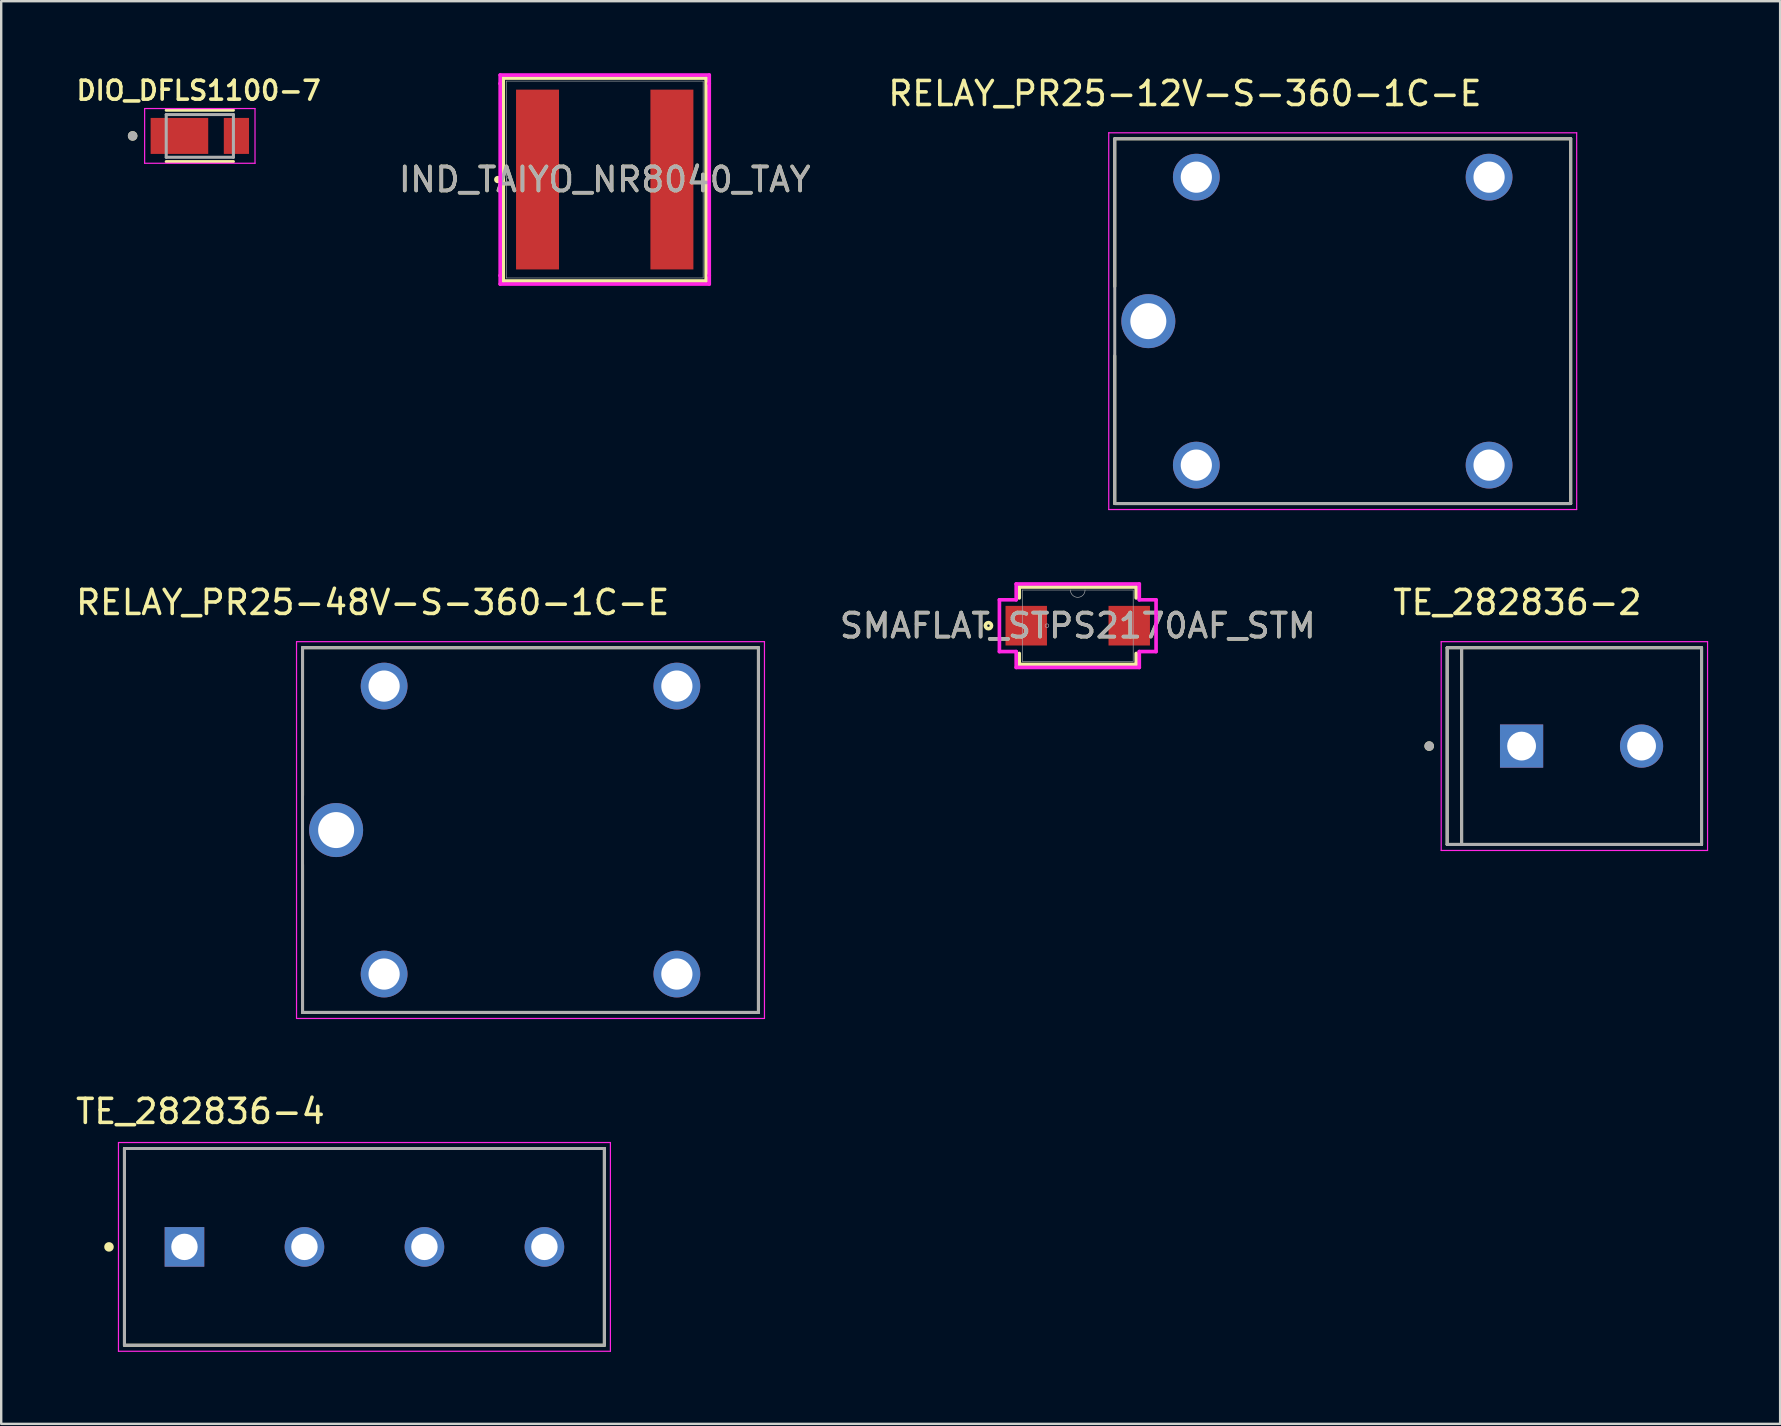
<source format=kicad_pcb>
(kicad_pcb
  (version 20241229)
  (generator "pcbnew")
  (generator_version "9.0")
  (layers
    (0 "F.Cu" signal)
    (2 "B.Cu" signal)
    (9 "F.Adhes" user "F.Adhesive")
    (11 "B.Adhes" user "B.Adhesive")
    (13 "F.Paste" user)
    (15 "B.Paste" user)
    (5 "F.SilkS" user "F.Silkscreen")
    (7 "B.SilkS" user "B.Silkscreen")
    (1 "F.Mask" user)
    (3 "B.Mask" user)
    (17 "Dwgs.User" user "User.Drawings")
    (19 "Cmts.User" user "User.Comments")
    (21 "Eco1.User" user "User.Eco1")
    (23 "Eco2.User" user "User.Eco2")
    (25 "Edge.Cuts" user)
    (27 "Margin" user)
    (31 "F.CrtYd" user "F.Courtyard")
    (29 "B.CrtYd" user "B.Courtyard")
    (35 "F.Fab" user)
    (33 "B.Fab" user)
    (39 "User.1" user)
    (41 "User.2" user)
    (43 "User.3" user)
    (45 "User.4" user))
  (footprint "TE_282836-4"
    (layer "F.Cu")
    (at 12.137 48.911)
    (property "Reference" "TE_282836-4" (at -6.837 -5.645 0) (layer "F.SilkS") (effects (font (size 1.002 1.002) (thickness 0.15))))
    (attr through_hole)
    (fp_line (start -10 -4.1) (end -10 4.1) (stroke (width 0.127) (type solid)) (layer "F.SilkS"))
    (fp_line (start -10 4.1) (end 10 4.1) (stroke (width 0.127) (type solid)) (layer "F.SilkS"))
    (fp_line (start 10 -4.1) (end -10 -4.1) (stroke (width 0.127) (type solid)) (layer "F.SilkS"))
    (fp_line (start 10 4.1) (end 10 -4.1) (stroke (width 0.127) (type solid)) (layer "F.SilkS"))
    (fp_circle (center -10.645 0) (end -10.545 0) (stroke (width 0.2) (type solid)) (fill no) (layer "F.SilkS"))
    (fp_line (start -10.25 -4.35) (end 10.25 -4.35) (stroke (width 0.05) (type solid)) (layer "F.CrtYd"))
    (fp_line (start -10.25 4.35) (end -10.25 -4.35) (stroke (width 0.05) (type solid)) (layer "F.CrtYd"))
    (fp_line (start 10.25 -4.35) (end 10.25 4.35) (stroke (width 0.05) (type solid)) (layer "F.CrtYd"))
    (fp_line (start 10.25 4.35) (end -10.25 4.35) (stroke (width 0.05) (type solid)) (layer "F.CrtYd"))
    (fp_line (start -10 -4.1) (end -10 4.1) (stroke (width 0.127) (type solid)) (layer "F.Fab"))
    (fp_line (start -10 4.1) (end 10 4.1) (stroke (width 0.127) (type solid)) (layer "F.Fab"))
    (fp_line (start 10 -4.1) (end -10 -4.1) (stroke (width 0.127) (type solid)) (layer "F.Fab"))
    (fp_line (start 10 4.1) (end 10 -4.1) (stroke (width 0.127) (type solid)) (layer "F.Fab"))
    (pad "1" thru_hole rect (at -7.5 0) (size 1.65 1.65) (drill 1.1) (layers "*.Cu" "*.Mask"))
    (pad "2" thru_hole circle (at -2.5 0) (size 1.65 1.65) (drill 1.1) (layers "*.Cu" "*.Mask"))
    (pad "3" thru_hole circle (at 2.5 0) (size 1.65 1.65) (drill 1.1) (layers "*.Cu" "*.Mask"))
    (pad "4" thru_hole circle (at 7.5 0) (size 1.65 1.65) (drill 1.1) (layers "*.Cu" "*.Mask")))
  (footprint "SMAFLAT_STPS2170AF_STM"
    (layer "F.Cu")
    (at 41.862 23.024)
    (property "Reference" "SMAFLAT_STPS2170AF_STM" (at 0 0 0) (unlocked yes) (layer "F.SilkS") (effects (font (size 1 1) (thickness 0.15))))
    (attr smd)
    (fp_line (start -2.438 -1.613) (end -2.438 -1.158) (stroke (width 0.152) (type solid)) (layer "F.SilkS"))
    (fp_line (start -2.438 1.158) (end -2.438 1.613) (stroke (width 0.152) (type solid)) (layer "F.SilkS"))
    (fp_line (start -2.438 1.613) (end 2.438 1.613) (stroke (width 0.152) (type solid)) (layer "F.SilkS"))
    (fp_line (start 2.438 -1.613) (end -2.438 -1.613) (stroke (width 0.152) (type solid)) (layer "F.SilkS"))
    (fp_line (start 2.438 -1.158) (end 2.438 -1.613) (stroke (width 0.152) (type solid)) (layer "F.SilkS"))
    (fp_line (start 2.438 1.613) (end 2.438 1.158) (stroke (width 0.152) (type solid)) (layer "F.SilkS"))
    (fp_circle (center -3.721 0) (end -3.594 0) (stroke (width 0.152) (type solid)) (fill no) (layer "F.SilkS"))
    (fp_line (start -3.264 -1.079) (end -2.565 -1.079) (stroke (width 0.152) (type solid)) (layer "F.CrtYd"))
    (fp_line (start -3.264 1.079) (end -3.264 -1.079) (stroke (width 0.152) (type solid)) (layer "F.CrtYd"))
    (fp_line (start -2.565 -1.74) (end 2.565 -1.74) (stroke (width 0.152) (type solid)) (layer "F.CrtYd"))
    (fp_line (start -2.565 -1.079) (end -2.565 -1.74) (stroke (width 0.152) (type solid)) (layer "F.CrtYd"))
    (fp_line (start -2.565 1.079) (end -3.264 1.079) (stroke (width 0.152) (type solid)) (layer "F.CrtYd"))
    (fp_line (start -2.565 1.74) (end -2.565 1.079) (stroke (width 0.152) (type solid)) (layer "F.CrtYd"))
    (fp_line (start 2.565 -1.74) (end 2.565 -1.079) (stroke (width 0.152) (type solid)) (layer "F.CrtYd"))
    (fp_line (start 2.565 -1.079) (end 3.264 -1.079) (stroke (width 0.152) (type solid)) (layer "F.CrtYd"))
    (fp_line (start 2.565 1.079) (end 2.565 1.74) (stroke (width 0.152) (type solid)) (layer "F.CrtYd"))
    (fp_line (start 2.565 1.74) (end -2.565 1.74) (stroke (width 0.152) (type solid)) (layer "F.CrtYd"))
    (fp_line (start 3.264 -1.079) (end 3.264 1.079) (stroke (width 0.152) (type solid)) (layer "F.CrtYd"))
    (fp_line (start 3.264 1.079) (end 2.565 1.079) (stroke (width 0.152) (type solid)) (layer "F.CrtYd"))
    (fp_line (start -2.311 -1.486) (end -2.311 1.486) (stroke (width 0.025) (type solid)) (layer "F.Fab"))
    (fp_line (start -2.311 1.486) (end 2.311 1.486) (stroke (width 0.025) (type solid)) (layer "F.Fab"))
    (fp_line (start 2.311 -1.486) (end -2.311 -1.486) (stroke (width 0.025) (type solid)) (layer "F.Fab"))
    (fp_line (start 2.311 1.486) (end 2.311 -1.486) (stroke (width 0.025) (type solid)) (layer "F.Fab"))
    (fp_arc (start 0.3048 -1.4859) (mid 0 -1.1811) (end -0.3048 -1.4859) (stroke (width 0.0254) (type solid)) (layer "F.Fab"))
    (fp_circle (center -1.283 0) (end -1.206 0) (stroke (width 0.025) (type solid)) (fill no) (layer "F.Fab"))
    (fp_text user "${REFERENCE}" (at 0 0 0) (unlocked yes) (layer "F.Fab") (effects (font (size 1 1) (thickness 0.15))))
    (pad "1" smd rect (at -2.146 0) (size 1.727 1.651) (layers "F.Cu" "F.Mask" "F.Paste"))
    (pad "2" smd rect (at 2.146 0) (size 1.727 1.651) (layers "F.Cu" "F.Mask" "F.Paste")))
  (footprint "TE_282836-2"
    (layer "F.Cu")
    (at 62.858 28.041)
    (property "Reference" "TE_282836-2" (at -2.675 -5.985 0) (layer "F.SilkS") (effects (font (size 1 1) (thickness 0.15))))
    (attr through_hole)
    (fp_line (start -5.6 -4.1) (end -5 -4.1) (stroke (width 0.127) (type solid)) (layer "F.SilkS"))
    (fp_line (start -5.6 4.1) (end -5.6 -4.1) (stroke (width 0.127) (type solid)) (layer "F.SilkS"))
    (fp_line (start -5.6 4.1) (end -5 4.1) (stroke (width 0.127) (type solid)) (layer "F.SilkS"))
    (fp_line (start -5 -4.1) (end 5 -4.1) (stroke (width 0.127) (type solid)) (layer "F.SilkS"))
    (fp_line (start -5 4.1) (end -5 -4.1) (stroke (width 0.127) (type solid)) (layer "F.SilkS"))
    (fp_line (start 5 -4.1) (end 5 4.1) (stroke (width 0.127) (type solid)) (layer "F.SilkS"))
    (fp_line (start 5 4.1) (end -5 4.1) (stroke (width 0.127) (type solid)) (layer "F.SilkS"))
    (fp_circle (center -6.35 0) (end -6.25 0) (stroke (width 0.2) (type solid)) (fill no) (layer "F.SilkS"))
    (fp_line (start -5.85 -4.35) (end -5.85 4.35) (stroke (width 0.05) (type solid)) (layer "F.CrtYd"))
    (fp_line (start -5.85 4.35) (end 5.25 4.35) (stroke (width 0.05) (type solid)) (layer "F.CrtYd"))
    (fp_line (start 5.25 -4.35) (end -5.85 -4.35) (stroke (width 0.05) (type solid)) (layer "F.CrtYd"))
    (fp_line (start 5.25 4.35) (end 5.25 -4.35) (stroke (width 0.05) (type solid)) (layer "F.CrtYd"))
    (fp_line (start -5.6 -4.1) (end -5 -4.1) (stroke (width 0.127) (type solid)) (layer "F.Fab"))
    (fp_line (start -5.6 4.1) (end -5.6 -4.1) (stroke (width 0.127) (type solid)) (layer "F.Fab"))
    (fp_line (start -5.6 4.1) (end -5 4.1) (stroke (width 0.127) (type solid)) (layer "F.Fab"))
    (fp_line (start -5 -4.1) (end 5 -4.1) (stroke (width 0.127) (type solid)) (layer "F.Fab"))
    (fp_line (start -5 4.1) (end -5 -4.1) (stroke (width 0.127) (type solid)) (layer "F.Fab"))
    (fp_line (start 5 -4.1) (end 5 4.1) (stroke (width 0.127) (type solid)) (layer "F.Fab"))
    (fp_line (start 5 4.1) (end -5 4.1) (stroke (width 0.127) (type solid)) (layer "F.Fab"))
    (fp_circle (center -6.35 0) (end -6.25 0) (stroke (width 0.2) (type solid)) (fill no) (layer "F.Fab"))
    (pad "1" thru_hole rect (at -2.5 0) (size 1.8 1.8) (drill 1.2) (layers "*.Cu" "*.Mask"))
    (pad "2" thru_hole circle (at 2.5 0) (size 1.8 1.8) (drill 1.2) (layers "*.Cu" "*.Mask")))
  (footprint "RELAY_PR25-48V-S-360-1C-E"
    (layer "F.Cu")
    (at 19.057 31.541)
    (property "Reference" "RELAY_PR25-48V-S-360-1C-E" (at -6.575 -9.485 0) (layer "F.SilkS") (effects (font (size 1 1) (thickness 0.15))))
    (attr through_hole)
    (fp_line (start -9.5 -7.6) (end 9.5 -7.6) (stroke (width 0.127) (type solid)) (layer "F.SilkS"))
    (fp_line (start -9.5 -1.445) (end -9.5 -7.6) (stroke (width 0.127) (type solid)) (layer "F.SilkS"))
    (fp_line (start -9.5 7.6) (end -9.5 1.445) (stroke (width 0.127) (type solid)) (layer "F.SilkS"))
    (fp_line (start 9.5 -7.6) (end 9.5 7.6) (stroke (width 0.127) (type solid)) (layer "F.SilkS"))
    (fp_line (start 9.5 7.6) (end -9.5 7.6) (stroke (width 0.127) (type solid)) (layer "F.SilkS"))
    (fp_line (start -9.75 -7.85) (end -9.75 7.85) (stroke (width 0.05) (type solid)) (layer "F.CrtYd"))
    (fp_line (start -9.75 7.85) (end 9.75 7.85) (stroke (width 0.05) (type solid)) (layer "F.CrtYd"))
    (fp_line (start 9.75 -7.85) (end -9.75 -7.85) (stroke (width 0.05) (type solid)) (layer "F.CrtYd"))
    (fp_line (start 9.75 7.85) (end 9.75 -7.85) (stroke (width 0.05) (type solid)) (layer "F.CrtYd"))
    (fp_line (start -9.5 -7.6) (end 9.5 -7.6) (stroke (width 0.127) (type solid)) (layer "F.Fab"))
    (fp_line (start -9.5 7.6) (end -9.5 -7.6) (stroke (width 0.127) (type solid)) (layer "F.Fab"))
    (fp_line (start 9.5 -7.6) (end 9.5 7.6) (stroke (width 0.127) (type solid)) (layer "F.Fab"))
    (fp_line (start 9.5 7.6) (end -9.5 7.6) (stroke (width 0.127) (type solid)) (layer "F.Fab"))
    (pad "11" thru_hole circle (at -8.1 0) (size 2.25 2.25) (drill 1.5) (layers "*.Cu" "*.Mask"))
    (pad "12" thru_hole circle (at 6.1 -6) (size 1.95 1.95) (drill 1.3) (layers "*.Cu" "*.Mask"))
    (pad "14" thru_hole circle (at 6.1 6) (size 1.95 1.95) (drill 1.3) (layers "*.Cu" "*.Mask"))
    (pad "A1" thru_hole circle (at -6.1 6) (size 1.95 1.95) (drill 1.3) (layers "*.Cu" "*.Mask"))
    (pad "A2" thru_hole circle (at -6.1 -6) (size 1.95 1.95) (drill 1.3) (layers "*.Cu" "*.Mask")))
  (footprint "DIO_DFLS1100-7"
    (layer "F.Cu")
    (at 5.277 2.614)
    (property "Reference" "DIO_DFLS1100-7" (at -0.05 -1.89 0) (layer "F.SilkS") (effects (font (size 0.787 0.787) (thickness 0.15))))
    (attr smd)
    (fp_line (start -1.4 -1.07) (end 1.4 -1.07) (stroke (width 0.127) (type solid)) (layer "F.SilkS"))
    (fp_line (start -1.4 1.07) (end 1.4 1.07) (stroke (width 0.127) (type solid)) (layer "F.SilkS"))
    (fp_circle (center -2.8 0) (end -2.7 0) (stroke (width 0.2) (type solid)) (fill no) (layer "F.SilkS"))
    (fp_line (start -2.3 -1.14) (end -2.3 1.14) (stroke (width 0.05) (type solid)) (layer "F.CrtYd"))
    (fp_line (start -2.3 1.14) (end 2.3 1.14) (stroke (width 0.05) (type solid)) (layer "F.CrtYd"))
    (fp_line (start 2.3 -1.14) (end -2.3 -1.14) (stroke (width 0.05) (type solid)) (layer "F.CrtYd"))
    (fp_line (start 2.3 1.14) (end 2.3 -1.14) (stroke (width 0.05) (type solid)) (layer "F.CrtYd"))
    (fp_line (start -1.4 -0.89) (end -1.4 0.89) (stroke (width 0.127) (type solid)) (layer "F.Fab"))
    (fp_line (start -1.4 0.89) (end 1.4 0.89) (stroke (width 0.127) (type solid)) (layer "F.Fab"))
    (fp_line (start 1.4 -0.89) (end -1.4 -0.89) (stroke (width 0.127) (type solid)) (layer "F.Fab"))
    (fp_line (start 1.4 0.89) (end 1.4 -0.89) (stroke (width 0.127) (type solid)) (layer "F.Fab"))
    (fp_circle (center -2.8 0) (end -2.7 0) (stroke (width 0.2) (type solid)) (fill no) (layer "F.Fab"))
    (pad "1" smd rect (at -0.85 0) (size 2.4 1.5) (layers "F.Cu" "F.Mask" "F.Paste"))
    (pad "2" smd rect (at 1.525 0) (size 1.05 1.5) (layers "F.Cu" "F.Mask" "F.Paste")))
  (footprint "IND_TAIYO_NR8040_TAY"
    (layer "F.Cu")
    (at 22.15 4.432)
    (property "Reference" "IND_TAIYO_NR8040_TAY" (at 0 0 0) (unlocked yes) (layer "F.SilkS") (effects (font (size 1 1) (thickness 0.15))))
    (attr smd)
    (fp_line (start -4.229 -4.229) (end -4.229 4.229) (stroke (width 0.152) (type solid)) (layer "F.SilkS"))
    (fp_line (start -4.229 4.229) (end 4.229 4.229) (stroke (width 0.152) (type solid)) (layer "F.SilkS"))
    (fp_line (start 4.229 -4.229) (end -4.229 -4.229) (stroke (width 0.152) (type solid)) (layer "F.SilkS"))
    (fp_line (start 4.229 4.229) (end 4.229 -4.229) (stroke (width 0.152) (type solid)) (layer "F.SilkS"))
    (fp_circle (center -4.458 0) (end -4.381 0) (stroke (width 0.152) (type solid)) (fill no) (layer "F.SilkS"))
    (fp_line (start -4.356 -4.356) (end 4.356 -4.356) (stroke (width 0.152) (type solid)) (layer "F.CrtYd"))
    (fp_line (start -4.356 -4) (end -4.356 -4.356) (stroke (width 0.152) (type solid)) (layer "F.CrtYd"))
    (fp_line (start -4.356 -4) (end -4.356 -4) (stroke (width 0.152) (type solid)) (layer "F.CrtYd"))
    (fp_line (start -4.356 4) (end -4.356 -4) (stroke (width 0.152) (type solid)) (layer "F.CrtYd"))
    (fp_line (start -4.356 4) (end -4.356 4) (stroke (width 0.152) (type solid)) (layer "F.CrtYd"))
    (fp_line (start -4.356 4.356) (end -4.356 4) (stroke (width 0.152) (type solid)) (layer "F.CrtYd"))
    (fp_line (start 4.356 -4.356) (end 4.356 -4) (stroke (width 0.152) (type solid)) (layer "F.CrtYd"))
    (fp_line (start 4.356 -4) (end 4.356 -4) (stroke (width 0.152) (type solid)) (layer "F.CrtYd"))
    (fp_line (start 4.356 -4) (end 4.356 4) (stroke (width 0.152) (type solid)) (layer "F.CrtYd"))
    (fp_line (start 4.356 4) (end 4.356 4) (stroke (width 0.152) (type solid)) (layer "F.CrtYd"))
    (fp_line (start 4.356 4) (end 4.356 4.356) (stroke (width 0.152) (type solid)) (layer "F.CrtYd"))
    (fp_line (start 4.356 4.356) (end -4.356 4.356) (stroke (width 0.152) (type solid)) (layer "F.CrtYd"))
    (fp_line (start -4.102 -4.102) (end -4.102 4.102) (stroke (width 0.025) (type solid)) (layer "F.Fab"))
    (fp_line (start -4.102 4.102) (end 4.102 4.102) (stroke (width 0.025) (type solid)) (layer "F.Fab"))
    (fp_line (start 4.102 -4.102) (end -4.102 -4.102) (stroke (width 0.025) (type solid)) (layer "F.Fab"))
    (fp_line (start 4.102 4.102) (end 4.102 -4.102) (stroke (width 0.025) (type solid)) (layer "F.Fab"))
    (fp_circle (center -4.026 0) (end -3.95 0) (stroke (width 0.025) (type solid)) (fill no) (layer "F.Fab"))
    (fp_text user "${REFERENCE}" (at 0 0 0) (unlocked yes) (layer "F.Fab") (effects (font (size 1 1) (thickness 0.15))))
    (pad "1" smd rect (at -2.8 0) (size 1.791 7.493) (layers "F.Cu" "F.Mask" "F.Paste"))
    (pad "2" smd rect (at 2.8 0) (size 1.791 7.493) (layers "F.Cu" "F.Mask" "F.Paste"))
    (zone (net_name "") (layer "F.Cu") (hatch full 0.508) (connect_pads) (min_thickness 0.254) (filled_areas_thickness no) (keepout (tracks not_allowed) (vias not_allowed) (pads allowed) (copperpour not_allowed) (footprints allowed)) (placement (enabled no)) (fill) (polygon (pts (xy 20.296 0.381) (xy 24.004 0.381) (xy 24.004 8.484) (xy 20.296 8.484)))))
  (footprint "RELAY_PR25-12V-S-360-1C-E"
    (layer "F.Cu")
    (at 52.904 10.333)
    (property "Reference" "RELAY_PR25-12V-S-360-1C-E" (at -6.575 -9.485 0) (layer "F.SilkS") (effects (font (size 1 1) (thickness 0.15))))
    (attr through_hole)
    (fp_line (start -9.5 -7.6) (end 9.5 -7.6) (stroke (width 0.127) (type solid)) (layer "F.SilkS"))
    (fp_line (start -9.5 -1.445) (end -9.5 -7.6) (stroke (width 0.127) (type solid)) (layer "F.SilkS"))
    (fp_line (start -9.5 7.6) (end -9.5 1.445) (stroke (width 0.127) (type solid)) (layer "F.SilkS"))
    (fp_line (start 9.5 -7.6) (end 9.5 7.6) (stroke (width 0.127) (type solid)) (layer "F.SilkS"))
    (fp_line (start 9.5 7.6) (end -9.5 7.6) (stroke (width 0.127) (type solid)) (layer "F.SilkS"))
    (fp_line (start -9.75 -7.85) (end -9.75 7.85) (stroke (width 0.05) (type solid)) (layer "F.CrtYd"))
    (fp_line (start -9.75 7.85) (end 9.75 7.85) (stroke (width 0.05) (type solid)) (layer "F.CrtYd"))
    (fp_line (start 9.75 -7.85) (end -9.75 -7.85) (stroke (width 0.05) (type solid)) (layer "F.CrtYd"))
    (fp_line (start 9.75 7.85) (end 9.75 -7.85) (stroke (width 0.05) (type solid)) (layer "F.CrtYd"))
    (fp_line (start -9.5 -7.6) (end 9.5 -7.6) (stroke (width 0.127) (type solid)) (layer "F.Fab"))
    (fp_line (start -9.5 7.6) (end -9.5 -7.6) (stroke (width 0.127) (type solid)) (layer "F.Fab"))
    (fp_line (start 9.5 -7.6) (end 9.5 7.6) (stroke (width 0.127) (type solid)) (layer "F.Fab"))
    (fp_line (start 9.5 7.6) (end -9.5 7.6) (stroke (width 0.127) (type solid)) (layer "F.Fab"))
    (pad "COIL1" thru_hole circle (at -6.1 -6) (size 1.95 1.95) (drill 1.3) (layers "*.Cu" "*.Mask"))
    (pad "COIL2" thru_hole circle (at -6.1 6) (size 1.95 1.95) (drill 1.3) (layers "*.Cu" "*.Mask"))
    (pad "COM" thru_hole circle (at -8.1 0) (size 2.25 2.25) (drill 1.5) (layers "*.Cu" "*.Mask"))
    (pad "NC" thru_hole circle (at 6.1 -6) (size 1.95 1.95) (drill 1.3) (layers "*.Cu" "*.Mask"))
    (pad "NO" thru_hole circle (at 6.1 6) (size 1.95 1.95) (drill 1.3) (layers "*.Cu" "*.Mask")))
  (gr_rect
    (start -3 -3)
    (end 71.133 56.286)
    (stroke (width 0.1) (type default))
    (fill no)
    (layer "Edge.Cuts")))
</source>
